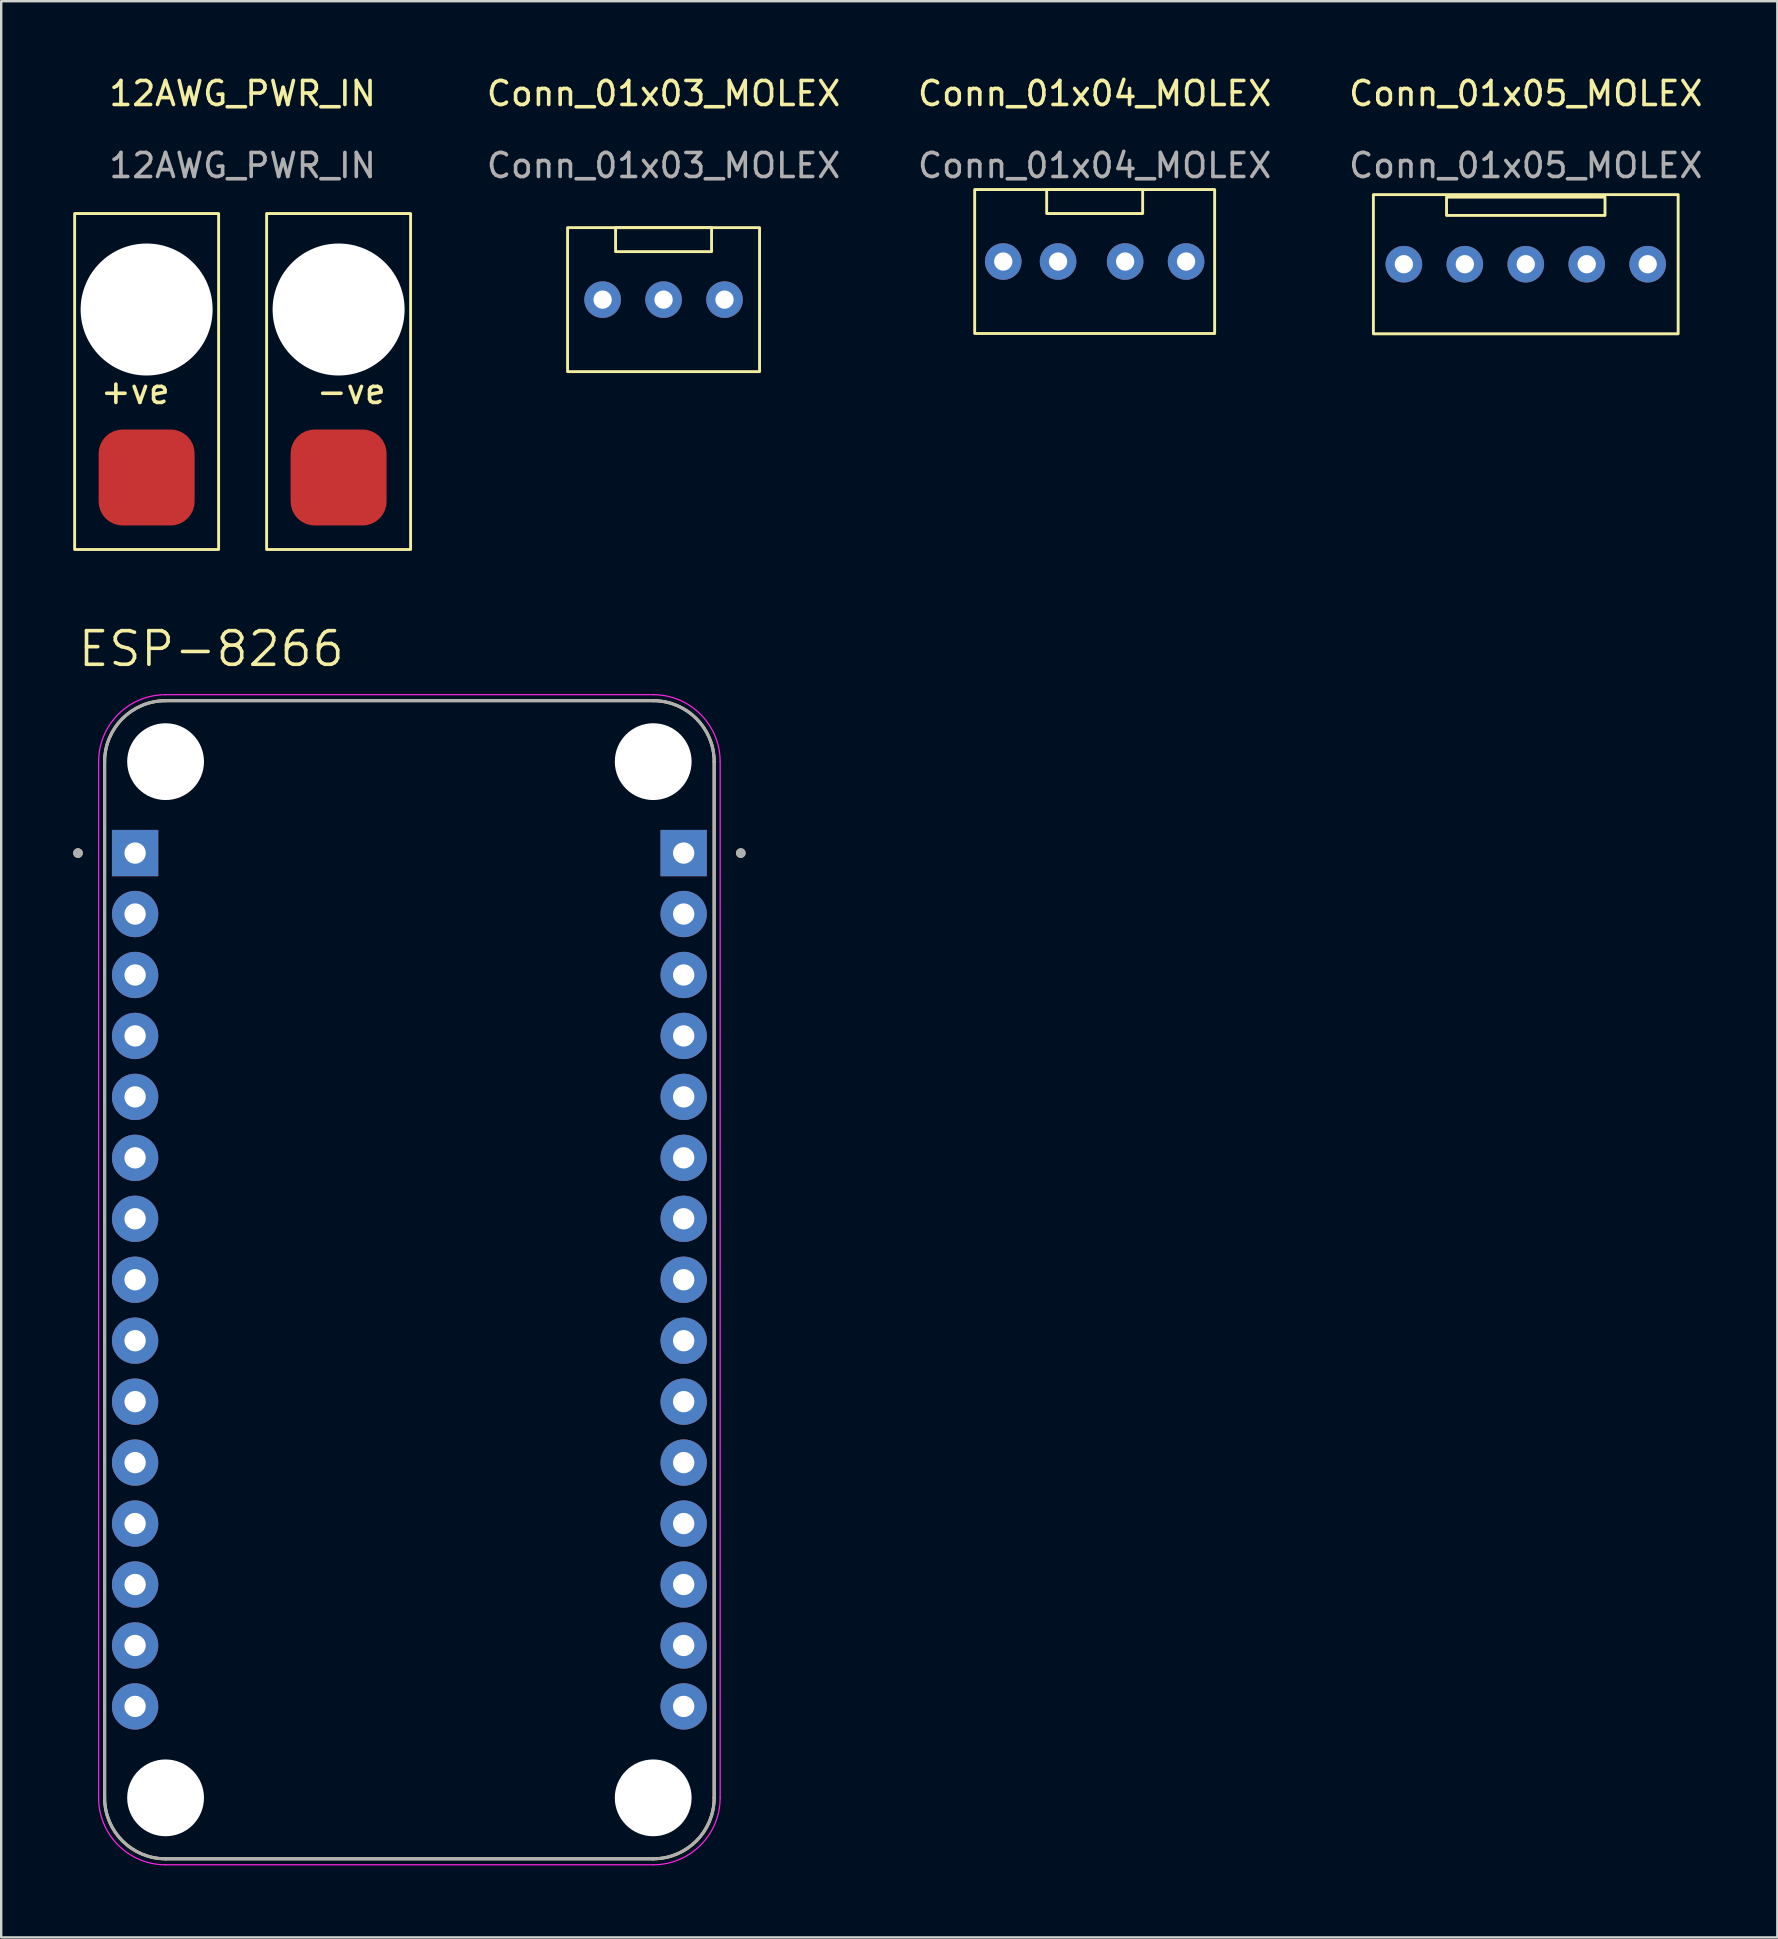
<source format=kicad_pcb>
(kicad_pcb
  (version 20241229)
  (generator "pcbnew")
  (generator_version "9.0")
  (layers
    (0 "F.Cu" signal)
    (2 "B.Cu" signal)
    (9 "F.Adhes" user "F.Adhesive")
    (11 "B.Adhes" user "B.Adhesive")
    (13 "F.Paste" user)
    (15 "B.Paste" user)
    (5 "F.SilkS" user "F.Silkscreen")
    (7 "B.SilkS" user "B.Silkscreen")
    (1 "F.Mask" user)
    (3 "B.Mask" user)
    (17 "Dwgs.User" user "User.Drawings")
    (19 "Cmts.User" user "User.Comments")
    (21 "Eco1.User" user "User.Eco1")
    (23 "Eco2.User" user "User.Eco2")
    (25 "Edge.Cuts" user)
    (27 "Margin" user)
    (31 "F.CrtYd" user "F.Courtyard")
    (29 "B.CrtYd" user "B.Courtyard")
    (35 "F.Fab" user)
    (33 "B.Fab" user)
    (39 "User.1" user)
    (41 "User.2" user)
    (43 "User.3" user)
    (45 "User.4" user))
  (footprint "12AWG_PWR_IN"
    (layer "F.Cu")
    (at 7.06 12.848)
    (property "Reference" "12AWG_PWR_IN" (at 0 -12 0) (unlocked yes) (layer "F.SilkS") (effects (font (size 1 1) (thickness 0.15))))
    (attr through_hole)
    (fp_rect (start -7 -7) (end -1 7) (stroke (width 0.12) (type default)) (fill no) (layer "F.SilkS"))
    (fp_rect (start 1 -7) (end 7 7) (stroke (width 0.12) (type default)) (fill no) (layer "F.SilkS"))
    (fp_text user "-ve" (at 3 1 0) (unlocked yes) (layer "F.SilkS") (effects (font (size 1 1) (thickness 0.15)) (justify left bottom)))
    (fp_text user "+ve" (at -6 1 0) (unlocked yes) (layer "F.SilkS") (effects (font (size 1 1) (thickness 0.15)) (justify left bottom)))
    (fp_text user "${REFERENCE}" (at 0 -9 0) (unlocked yes) (layer "F.Fab") (effects (font (size 1 1) (thickness 0.15))))
    (pad "" np_thru_hole circle (at -4 -3) (size 5.5 5.5) (drill 5.5) (layers "*.Cu" "*.Mask"))
    (pad "" np_thru_hole circle (at 4 -3) (size 5.5 5.5) (drill 5.5) (layers "*.Cu" "*.Mask"))
    (pad "1" smd roundrect (at -4 4) (size 4 4) (layers "F.Cu" "F.Mask" "F.Paste") (roundrect_rratio 0.25))
    (pad "2" smd roundrect (at 4 4) (size 4 4) (layers "F.Cu" "F.Mask" "F.Paste") (roundrect_rratio 0.25)))
  (footprint "Conn_01x04_MOLEX"
    (layer "F.Cu")
    (at 42.566 7.848)
    (property "Reference" "Conn_01x04_MOLEX" (at 0 -7 0) (unlocked yes) (layer "F.SilkS") (effects (font (size 1 1) (thickness 0.15))))
    (attr through_hole)
    (fp_rect (start -5 -3) (end 5 3) (stroke (width 0.12) (type default)) (fill no) (layer "F.SilkS"))
    (fp_rect (start -2 -3) (end 2 -2) (stroke (width 0.12) (type default)) (fill no) (layer "F.SilkS"))
    (fp_text user "${REFERENCE}" (at 0 -4 0) (unlocked yes) (layer "F.Fab") (effects (font (size 1 1) (thickness 0.15))))
    (pad "1" thru_hole circle (at -3.81 0) (size 1.524 1.524) (drill 0.762) (layers "*.Cu" "*.Mask"))
    (pad "2" thru_hole circle (at -1.524 0) (size 1.524 1.524) (drill 0.762) (layers "*.Cu" "*.Mask"))
    (pad "3" thru_hole circle (at 1.27 0) (size 1.524 1.524) (drill 0.762) (layers "*.Cu" "*.Mask"))
    (pad "4" thru_hole circle (at 3.81 0) (size 1.524 1.524) (drill 0.762) (layers "*.Cu" "*.Mask")))
  (footprint "Conn_01x05_MOLEX"
    (layer "F.Cu")
    (at 60.531 7.96)
    (property "Reference" "Conn_01x05_MOLEX" (at 0 -7.112 0) (unlocked yes) (layer "F.SilkS") (effects (font (size 1 1) (thickness 0.15))))
    (attr through_hole)
    (fp_rect (start -6.35 -2.9) (end 6.35 2.9) (stroke (width 0.12) (type default)) (fill no) (layer "F.SilkS"))
    (fp_rect (start -3.302 -2.794) (end 3.302 -2.032) (stroke (width 0.12) (type default)) (fill no) (layer "F.SilkS"))
    (fp_text user "${REFERENCE}" (at 0 -4.112 0) (unlocked yes) (layer "F.Fab") (effects (font (size 1 1) (thickness 0.15))))
    (pad "1" thru_hole circle (at -5.08 0) (size 1.524 1.524) (drill 0.762) (layers "*.Cu" "*.Mask"))
    (pad "2" thru_hole circle (at -2.54 0) (size 1.524 1.524) (drill 0.762) (layers "*.Cu" "*.Mask"))
    (pad "3" thru_hole circle (at 0 0) (size 1.524 1.524) (drill 0.762) (layers "*.Cu" "*.Mask"))
    (pad "4" thru_hole circle (at 2.54 0) (size 1.524 1.524) (drill 0.762) (layers "*.Cu" "*.Mask"))
    (pad "5" thru_hole circle (at 5.08 0) (size 1.524 1.524) (drill 0.762) (layers "*.Cu" "*.Mask")))
  (footprint "Conn_01x03_MOLEX"
    (layer "F.Cu")
    (at 24.602 9.436)
    (property "Reference" "Conn_01x03_MOLEX" (at 0 -8.588 0) (unlocked yes) (layer "F.SilkS") (effects (font (size 1 1) (thickness 0.15))))
    (attr through_hole)
    (fp_rect (start -4 -3) (end 4 3) (stroke (width 0.12) (type default)) (fill no) (layer "F.SilkS"))
    (fp_rect (start -2 -3) (end 2 -2) (stroke (width 0.12) (type default)) (fill no) (layer "F.SilkS"))
    (fp_text user "${REFERENCE}" (at 0 -5.588 0) (unlocked yes) (layer "F.Fab") (effects (font (size 1 1) (thickness 0.15))))
    (pad "1" thru_hole circle (at -2.54 0) (size 1.524 1.524) (drill 0.762) (layers "*.Cu" "*.Mask"))
    (pad "2" thru_hole circle (at 0 0) (size 1.524 1.524) (drill 0.762) (layers "*.Cu" "*.Mask"))
    (pad "3" thru_hole circle (at 2.54 0) (size 1.524 1.524) (drill 0.762) (layers "*.Cu" "*.Mask")))
  (footprint "ESP-8266"
    (layer "F.Cu")
    (at 14.01 50.279)
    (property "Reference" "ESP-8266" (at -8.255 -26.289 0) (layer "F.SilkS") (effects (font (size 1.4 1.4) (thickness 0.15))))
    (attr through_hole)
    (fp_line (start -12.7 21.59) (end -12.7 -21.59) (stroke (width 0.127) (type solid)) (layer "F.SilkS"))
    (fp_line (start -10.16 -24.13) (end 10.16 -24.13) (stroke (width 0.127) (type solid)) (layer "F.SilkS"))
    (fp_line (start 10.16 24.13) (end -10.16 24.13) (stroke (width 0.127) (type solid)) (layer "F.SilkS"))
    (fp_line (start 12.7 -21.59) (end 12.7 21.59) (stroke (width 0.127) (type solid)) (layer "F.SilkS"))
    (fp_arc (start -12.7 -21.59) (mid -11.956051 -23.386051) (end -10.16 -24.13) (stroke (width 0.127) (type solid)) (layer "F.SilkS"))
    (fp_arc (start -10.16 24.13) (mid -11.956051 23.386051) (end -12.7 21.59) (stroke (width 0.127) (type solid)) (layer "F.SilkS"))
    (fp_arc (start 10.16 -24.13) (mid 11.956051 -23.386051) (end 12.7 -21.59) (stroke (width 0.127) (type solid)) (layer "F.SilkS"))
    (fp_arc (start 12.7 21.59) (mid 11.956051 23.386051) (end 10.16 24.13) (stroke (width 0.127) (type solid)) (layer "F.SilkS"))
    (fp_circle (center -13.81 -17.78) (end -13.71 -17.78) (stroke (width 0.2) (type solid)) (fill no) (layer "F.SilkS"))
    (fp_circle (center 13.81 -17.78) (end 13.91 -17.78) (stroke (width 0.2) (type solid)) (fill no) (layer "F.SilkS"))
    (fp_line (start -12.95 21.59) (end -12.95 -21.59) (stroke (width 0.05) (type solid)) (layer "F.CrtYd"))
    (fp_line (start -10.16 -24.38) (end 10.16 -24.38) (stroke (width 0.05) (type solid)) (layer "F.CrtYd"))
    (fp_line (start 10.16 24.38) (end -10.16 24.38) (stroke (width 0.05) (type solid)) (layer "F.CrtYd"))
    (fp_line (start 12.95 -21.59) (end 12.95 21.59) (stroke (width 0.05) (type solid)) (layer "F.CrtYd"))
    (fp_arc (start -12.95 -21.59) (mid -12.132828 -23.562828) (end -10.16 -24.38) (stroke (width 0.05) (type solid)) (layer "F.CrtYd"))
    (fp_arc (start -10.16 24.38) (mid -12.132828 23.562828) (end -12.95 21.59) (stroke (width 0.05) (type solid)) (layer "F.CrtYd"))
    (fp_arc (start 10.16 -24.38) (mid 12.132828 -23.562828) (end 12.95 -21.59) (stroke (width 0.05) (type solid)) (layer "F.CrtYd"))
    (fp_arc (start 12.95 21.59) (mid 12.132828 23.562828) (end 10.16 24.38) (stroke (width 0.05) (type solid)) (layer "F.CrtYd"))
    (fp_line (start -12.7 21.59) (end -12.7 -21.59) (stroke (width 0.127) (type solid)) (layer "F.Fab"))
    (fp_line (start -10.16 -24.13) (end 10.16 -24.13) (stroke (width 0.127) (type solid)) (layer "F.Fab"))
    (fp_line (start 10.16 24.13) (end -10.16 24.13) (stroke (width 0.127) (type solid)) (layer "F.Fab"))
    (fp_line (start 12.7 -21.59) (end 12.7 21.59) (stroke (width 0.127) (type solid)) (layer "F.Fab"))
    (fp_arc (start -12.7 -21.59) (mid -11.956051 -23.386051) (end -10.16 -24.13) (stroke (width 0.127) (type solid)) (layer "F.Fab"))
    (fp_arc (start -10.16 24.13) (mid -11.956051 23.386051) (end -12.7 21.59) (stroke (width 0.127) (type solid)) (layer "F.Fab"))
    (fp_arc (start 10.16 -24.13) (mid 11.956051 -23.386051) (end 12.7 -21.59) (stroke (width 0.127) (type solid)) (layer "F.Fab"))
    (fp_arc (start 12.7 21.59) (mid 11.956051 23.386051) (end 10.16 24.13) (stroke (width 0.127) (type solid)) (layer "F.Fab"))
    (fp_circle (center -13.81 -17.78) (end -13.71 -17.78) (stroke (width 0.2) (type solid)) (fill no) (layer "F.Fab"))
    (fp_circle (center 13.81 -17.78) (end 13.91 -17.78) (stroke (width 0.2) (type solid)) (fill no) (layer "F.Fab"))
    (pad "" np_thru_hole circle (at -10.16 -21.59) (size 3.2 3.2) (drill 3.2) (layers "*.Cu" "*.Mask"))
    (pad "" np_thru_hole circle (at -10.16 21.59) (size 3.2 3.2) (drill 3.2) (layers "*.Cu" "*.Mask"))
    (pad "" np_thru_hole circle (at 10.16 -21.59) (size 3.2 3.2) (drill 3.2) (layers "*.Cu" "*.Mask"))
    (pad "" np_thru_hole circle (at 10.16 21.59) (size 3.2 3.2) (drill 3.2) (layers "*.Cu" "*.Mask"))
    (pad "J1_1" thru_hole rect (at -11.43 -17.78) (size 1.93 1.93) (drill 0.889) (layers "*.Cu" "*.Mask"))
    (pad "J1_2" thru_hole circle (at -11.43 -15.24) (size 1.93 1.93) (drill 0.889) (layers "*.Cu" "*.Mask"))
    (pad "J1_3" thru_hole circle (at -11.43 -12.7) (size 1.93 1.93) (drill 0.889) (layers "*.Cu" "*.Mask"))
    (pad "J1_4" thru_hole circle (at -11.43 -10.16) (size 1.93 1.93) (drill 0.889) (layers "*.Cu" "*.Mask"))
    (pad "J1_5" thru_hole circle (at -11.43 -7.62) (size 1.93 1.93) (drill 0.889) (layers "*.Cu" "*.Mask"))
    (pad "J1_6" thru_hole circle (at -11.43 -5.08) (size 1.93 1.93) (drill 0.889) (layers "*.Cu" "*.Mask"))
    (pad "J1_7" thru_hole circle (at -11.43 -2.54) (size 1.93 1.93) (drill 0.889) (layers "*.Cu" "*.Mask"))
    (pad "J1_8" thru_hole circle (at -11.43 0) (size 1.93 1.93) (drill 0.889) (layers "*.Cu" "*.Mask"))
    (pad "J1_9" thru_hole circle (at -11.43 2.54) (size 1.93 1.93) (drill 0.889) (layers "*.Cu" "*.Mask"))
    (pad "J1_10" thru_hole circle (at -11.43 5.08) (size 1.93 1.93) (drill 0.889) (layers "*.Cu" "*.Mask"))
    (pad "J1_11" thru_hole circle (at -11.43 7.62) (size 1.93 1.93) (drill 0.889) (layers "*.Cu" "*.Mask"))
    (pad "J1_12" thru_hole circle (at -11.43 10.16) (size 1.93 1.93) (drill 0.889) (layers "*.Cu" "*.Mask"))
    (pad "J1_13" thru_hole circle (at -11.43 12.7) (size 1.93 1.93) (drill 0.889) (layers "*.Cu" "*.Mask"))
    (pad "J1_14" thru_hole circle (at -11.43 15.24) (size 1.93 1.93) (drill 0.889) (layers "*.Cu" "*.Mask"))
    (pad "J1_15" thru_hole circle (at -11.43 17.78) (size 1.93 1.93) (drill 0.889) (layers "*.Cu" "*.Mask"))
    (pad "J2_1" thru_hole rect (at 11.43 -17.78) (size 1.93 1.93) (drill 0.889) (layers "*.Cu" "*.Mask"))
    (pad "J2_2" thru_hole circle (at 11.43 -15.24) (size 1.93 1.93) (drill 0.889) (layers "*.Cu" "*.Mask"))
    (pad "J2_3" thru_hole circle (at 11.43 -12.7) (size 1.93 1.93) (drill 0.889) (layers "*.Cu" "*.Mask"))
    (pad "J2_4" thru_hole circle (at 11.43 -10.16) (size 1.93 1.93) (drill 0.889) (layers "*.Cu" "*.Mask"))
    (pad "J2_5" thru_hole circle (at 11.43 -7.62) (size 1.93 1.93) (drill 0.889) (layers "*.Cu" "*.Mask"))
    (pad "J2_6" thru_hole circle (at 11.43 -5.08) (size 1.93 1.93) (drill 0.889) (layers "*.Cu" "*.Mask"))
    (pad "J2_7" thru_hole circle (at 11.43 -2.54) (size 1.93 1.93) (drill 0.889) (layers "*.Cu" "*.Mask"))
    (pad "J2_8" thru_hole circle (at 11.43 0) (size 1.93 1.93) (drill 0.889) (layers "*.Cu" "*.Mask"))
    (pad "J2_9" thru_hole circle (at 11.43 2.54) (size 1.93 1.93) (drill 0.889) (layers "*.Cu" "*.Mask"))
    (pad "J2_10" thru_hole circle (at 11.43 5.08) (size 1.93 1.93) (drill 0.889) (layers "*.Cu" "*.Mask"))
    (pad "J2_11" thru_hole circle (at 11.43 7.62) (size 1.93 1.93) (drill 0.889) (layers "*.Cu" "*.Mask"))
    (pad "J2_12" thru_hole circle (at 11.43 10.16) (size 1.93 1.93) (drill 0.889) (layers "*.Cu" "*.Mask"))
    (pad "J2_13" thru_hole circle (at 11.43 12.7) (size 1.93 1.93) (drill 0.889) (layers "*.Cu" "*.Mask"))
    (pad "J2_14" thru_hole circle (at 11.43 15.24) (size 1.93 1.93) (drill 0.889) (layers "*.Cu" "*.Mask"))
    (pad "J2_15" thru_hole circle (at 11.43 17.78) (size 1.93 1.93) (drill 0.889) (layers "*.Cu" "*.Mask")))
  (gr_rect
    (start -3 -3)
    (end 71.013 77.684)
    (stroke (width 0.1) (type default))
    (fill no)
    (layer "Edge.Cuts")))
</source>
